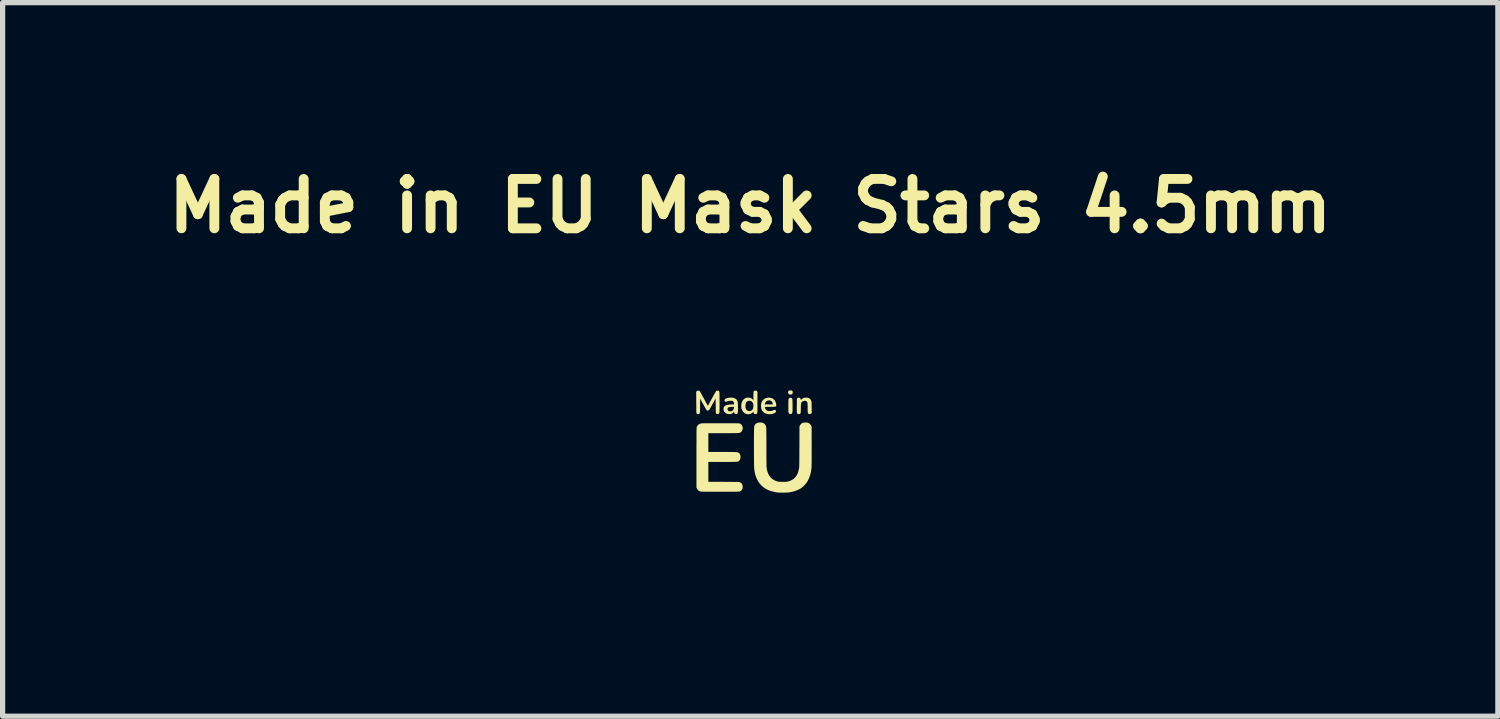
<source format=kicad_pcb>
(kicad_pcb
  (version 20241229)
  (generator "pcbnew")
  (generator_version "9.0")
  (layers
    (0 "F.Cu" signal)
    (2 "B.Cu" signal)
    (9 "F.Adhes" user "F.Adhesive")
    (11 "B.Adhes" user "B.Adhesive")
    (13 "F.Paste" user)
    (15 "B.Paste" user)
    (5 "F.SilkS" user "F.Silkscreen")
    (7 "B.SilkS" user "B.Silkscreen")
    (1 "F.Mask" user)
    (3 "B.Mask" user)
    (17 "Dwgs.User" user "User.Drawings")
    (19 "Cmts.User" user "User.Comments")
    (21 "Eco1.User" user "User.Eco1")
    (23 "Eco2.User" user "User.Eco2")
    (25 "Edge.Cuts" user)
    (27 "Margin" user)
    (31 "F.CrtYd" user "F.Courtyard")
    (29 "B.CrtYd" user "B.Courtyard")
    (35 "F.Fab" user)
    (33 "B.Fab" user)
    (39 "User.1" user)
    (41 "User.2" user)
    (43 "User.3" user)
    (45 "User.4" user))
  (footprint "Made in EU Mask Stars 4.5mm"
    (layer "F.Cu")
    (at 11.268 5.381)
    (property "Reference" "Made in EU Mask Stars 4.5mm" (at 0 -4.5 180) (layer "F.SilkS") (effects (font (size 0.942 0.942) (thickness 0.188))))
    (attr board_only exclude_from_pos_files exclude_from_bom)
    (fp_poly (pts (xy 1.654 -1.28) (xy 1.654 -1.279) (xy 1.655 -1.275) (xy 1.659 -1.265) (xy 1.663 -1.251) (xy 1.67 -1.232) (xy 1.677 -1.209) (xy 1.685 -1.184) (xy 1.694 -1.157) (xy 1.695 -1.154) (xy 1.734 -1.033) (xy 1.867 -1.032) (xy 2 -1.03) (xy 1.893 -0.953) (xy 1.869 -0.936) (xy 1.847 -0.92) (xy 1.828 -0.906) (xy 1.811 -0.894) (xy 1.798 -0.885) (xy 1.79 -0.878) (xy 1.786 -0.875) (xy 1.785 -0.874) (xy 1.786 -0.871) (xy 1.789 -0.862) (xy 1.794 -0.848) (xy 1.8 -0.829) (xy 1.807 -0.807) (xy 1.815 -0.782) (xy 1.823 -0.755) (xy 1.825 -0.75) (xy 1.834 -0.723) (xy 1.842 -0.698) (xy 1.849 -0.675) (xy 1.855 -0.656) (xy 1.86 -0.642) (xy 1.863 -0.632) (xy 1.864 -0.627) (xy 1.864 -0.627) (xy 1.861 -0.629) (xy 1.853 -0.634) (xy 1.841 -0.642) (xy 1.826 -0.653) (xy 1.807 -0.666) (xy 1.786 -0.682) (xy 1.763 -0.698) (xy 1.758 -0.703) (xy 1.652 -0.779) (xy 1.552 -0.706) (xy 1.524 -0.686) (xy 1.502 -0.669) (xy 1.483 -0.656) (xy 1.469 -0.646) (xy 1.458 -0.638) (xy 1.451 -0.633) (xy 1.445 -0.63) (xy 1.442 -0.628) (xy 1.441 -0.628) (xy 1.441 -0.63) (xy 1.442 -0.632) (xy 1.442 -0.632) (xy 1.452 -0.665) (xy 1.463 -0.697) (xy 1.473 -0.729) (xy 1.483 -0.759) (xy 1.492 -0.787) (xy 1.5 -0.813) (xy 1.506 -0.835) (xy 1.512 -0.853) (xy 1.515 -0.867) (xy 1.517 -0.875) (xy 1.518 -0.877) (xy 1.514 -0.88) (xy 1.506 -0.885) (xy 1.494 -0.894) (xy 1.478 -0.906) (xy 1.459 -0.919) (xy 1.438 -0.935) (xy 1.415 -0.951) (xy 1.41 -0.955) (xy 1.305 -1.03) (xy 1.438 -1.031) (xy 1.571 -1.032) (xy 1.599 -1.121) (xy 1.611 -1.158) (xy 1.621 -1.189) (xy 1.629 -1.214) (xy 1.636 -1.234) (xy 1.641 -1.25) (xy 1.645 -1.262) (xy 1.648 -1.271) (xy 1.651 -1.276) (xy 1.652 -1.279) (xy 1.653 -1.28)) (stroke (width 0) (type solid)) (fill yes) (layer "F.Mask"))
    (fp_poly (pts (xy 0.004 1.585) (xy 0.007 1.595) (xy 0.012 1.61) (xy 0.018 1.629) (xy 0.025 1.651) (xy 0.033 1.676) (xy 0.042 1.704) (xy 0.044 1.708) (xy 0.083 1.83) (xy 0.215 1.832) (xy 0.346 1.834) (xy 0.248 1.905) (xy 0.225 1.921) (xy 0.203 1.937) (xy 0.184 1.951) (xy 0.167 1.963) (xy 0.154 1.972) (xy 0.145 1.979) (xy 0.141 1.982) (xy 0.134 1.988) (xy 0.173 2.108) (xy 0.181 2.136) (xy 0.189 2.161) (xy 0.197 2.184) (xy 0.203 2.203) (xy 0.208 2.218) (xy 0.211 2.229) (xy 0.213 2.233) (xy 0.213 2.234) (xy 0.213 2.237) (xy 0.21 2.235) (xy 0.206 2.232) (xy 0.196 2.225) (xy 0.183 2.215) (xy 0.168 2.204) (xy 0.149 2.191) (xy 0.13 2.176) (xy 0.109 2.161) (xy 0.089 2.146) (xy 0.069 2.132) (xy 0.05 2.119) (xy 0.034 2.107) (xy 0.021 2.097) (xy 0.011 2.09) (xy 0.005 2.086) (xy 0.005 2.086) (xy 0.001 2.087) (xy -0.007 2.092) (xy -0.019 2.1) (xy -0.034 2.11) (xy -0.052 2.123) (xy -0.072 2.137) (xy -0.093 2.151) (xy -0.114 2.167) (xy -0.135 2.182) (xy -0.156 2.197) (xy -0.174 2.21) (xy -0.191 2.223) (xy -0.204 2.233) (xy -0.207 2.235) (xy -0.211 2.237) (xy -0.21 2.234) (xy -0.21 2.234) (xy -0.209 2.23) (xy -0.206 2.22) (xy -0.201 2.205) (xy -0.195 2.187) (xy -0.188 2.166) (xy -0.181 2.143) (xy -0.173 2.119) (xy -0.166 2.095) (xy -0.158 2.072) (xy -0.151 2.051) (xy -0.145 2.032) (xy -0.14 2.017) (xy -0.137 2.006) (xy -0.135 2.001) (xy -0.131 1.986) (xy -0.238 1.909) (xy -0.346 1.832) (xy -0.213 1.832) (xy -0.081 1.832) (xy -0.057 1.758) (xy -0.049 1.732) (xy -0.04 1.705) (xy -0.031 1.678) (xy -0.023 1.653) (xy -0.017 1.632) (xy -0.016 1.63) (xy -0.01 1.612) (xy -0.005 1.598) (xy -0.001 1.588) (xy 0.002 1.582) (xy 0.003 1.581)) (stroke (width 0) (type solid)) (fill yes) (layer "F.Mask"))
    (fp_poly (pts (xy -0.925 -1.896) (xy -0.916 -1.87) (xy -0.908 -1.844) (xy -0.9 -1.82) (xy -0.893 -1.797) (xy -0.887 -1.779) (xy -0.884 -1.769) (xy -0.87 -1.728) (xy -0.737 -1.727) (xy -0.605 -1.727) (xy -0.7 -1.658) (xy -0.723 -1.642) (xy -0.744 -1.626) (xy -0.764 -1.612) (xy -0.781 -1.6) (xy -0.794 -1.59) (xy -0.804 -1.583) (xy -0.808 -1.58) (xy -0.82 -1.571) (xy -0.78 -1.448) (xy -0.771 -1.421) (xy -0.763 -1.395) (xy -0.756 -1.373) (xy -0.75 -1.354) (xy -0.746 -1.339) (xy -0.743 -1.329) (xy -0.742 -1.324) (xy -0.742 -1.324) (xy -0.744 -1.325) (xy -0.752 -1.331) (xy -0.764 -1.339) (xy -0.779 -1.35) (xy -0.798 -1.363) (xy -0.819 -1.378) (xy -0.841 -1.395) (xy -0.844 -1.397) (xy -0.867 -1.414) (xy -0.889 -1.429) (xy -0.908 -1.443) (xy -0.924 -1.455) (xy -0.937 -1.464) (xy -0.946 -1.47) (xy -0.95 -1.473) (xy -0.95 -1.473) (xy -0.953 -1.471) (xy -0.962 -1.466) (xy -0.974 -1.458) (xy -0.99 -1.447) (xy -1.009 -1.433) (xy -1.03 -1.418) (xy -1.053 -1.402) (xy -1.058 -1.399) (xy -1.081 -1.382) (xy -1.102 -1.366) (xy -1.121 -1.352) (xy -1.138 -1.341) (xy -1.15 -1.332) (xy -1.159 -1.326) (xy -1.163 -1.323) (xy -1.163 -1.323) (xy -1.162 -1.326) (xy -1.16 -1.335) (xy -1.156 -1.349) (xy -1.15 -1.367) (xy -1.143 -1.388) (xy -1.136 -1.413) (xy -1.127 -1.44) (xy -1.125 -1.446) (xy -1.116 -1.473) (xy -1.108 -1.499) (xy -1.101 -1.521) (xy -1.095 -1.541) (xy -1.09 -1.556) (xy -1.087 -1.566) (xy -1.085 -1.571) (xy -1.085 -1.571) (xy -1.088 -1.573) (xy -1.095 -1.579) (xy -1.107 -1.588) (xy -1.123 -1.599) (xy -1.141 -1.612) (xy -1.162 -1.628) (xy -1.186 -1.644) (xy -1.193 -1.65) (xy -1.3 -1.727) (xy -1.167 -1.728) (xy -1.033 -1.728) (xy -1.002 -1.828) (xy -0.993 -1.854) (xy -0.985 -1.879) (xy -0.978 -1.903) (xy -0.971 -1.924) (xy -0.966 -1.94) (xy -0.962 -1.952) (xy -0.961 -1.954) (xy -0.952 -1.981)) (stroke (width 0) (type solid)) (fill yes) (layer "F.Mask"))
    (fp_poly (pts (xy -0.95 1.332) (xy -0.947 1.34) (xy -0.942 1.353) (xy -0.936 1.371) (xy -0.929 1.392) (xy -0.921 1.417) (xy -0.912 1.444) (xy -0.909 1.452) (xy -0.869 1.577) (xy -0.737 1.578) (xy -0.604 1.579) (xy -0.711 1.656) (xy -0.734 1.673) (xy -0.756 1.689) (xy -0.775 1.703) (xy -0.792 1.715) (xy -0.804 1.724) (xy -0.813 1.731) (xy -0.817 1.734) (xy -0.817 1.735) (xy -0.816 1.738) (xy -0.813 1.748) (xy -0.809 1.762) (xy -0.803 1.78) (xy -0.796 1.802) (xy -0.788 1.827) (xy -0.78 1.854) (xy -0.779 1.857) (xy -0.77 1.884) (xy -0.762 1.909) (xy -0.755 1.932) (xy -0.749 1.951) (xy -0.745 1.965) (xy -0.742 1.975) (xy -0.741 1.98) (xy -0.741 1.98) (xy -0.744 1.979) (xy -0.751 1.975) (xy -0.761 1.968) (xy -0.77 1.961) (xy -0.781 1.954) (xy -0.796 1.943) (xy -0.814 1.929) (xy -0.834 1.915) (xy -0.855 1.899) (xy -0.875 1.885) (xy -0.951 1.829) (xy -1.042 1.896) (xy -1.065 1.913) (xy -1.086 1.928) (xy -1.105 1.942) (xy -1.122 1.955) (xy -1.136 1.964) (xy -1.145 1.971) (xy -1.148 1.973) (xy -1.157 1.979) (xy -1.161 1.981) (xy -1.162 1.98) (xy -1.161 1.976) (xy -1.159 1.971) (xy -1.156 1.96) (xy -1.151 1.945) (xy -1.145 1.925) (xy -1.137 1.903) (xy -1.129 1.878) (xy -1.121 1.853) (xy -1.113 1.826) (xy -1.105 1.802) (xy -1.099 1.78) (xy -1.093 1.761) (xy -1.089 1.747) (xy -1.087 1.738) (xy -1.086 1.734) (xy -1.089 1.731) (xy -1.097 1.725) (xy -1.109 1.716) (xy -1.125 1.704) (xy -1.144 1.69) (xy -1.165 1.675) (xy -1.188 1.658) (xy -1.193 1.655) (xy -1.297 1.579) (xy -1.165 1.578) (xy -1.032 1.577) (xy -1.025 1.557) (xy -1.019 1.535) (xy -1.011 1.512) (xy -1.004 1.487) (xy -0.995 1.461) (xy -0.987 1.436) (xy -0.979 1.411) (xy -0.972 1.389) (xy -0.965 1.368) (xy -0.96 1.351) (xy -0.955 1.339) (xy -0.952 1.331) (xy -0.952 1.329)) (stroke (width 0) (type solid)) (fill yes) (layer "F.Mask"))
    (fp_poly (pts (xy 0.955 1.329) (xy 0.956 1.333) (xy 0.958 1.339) (xy 0.961 1.347) (xy 0.965 1.36) (xy 0.97 1.376) (xy 0.977 1.397) (xy 0.985 1.422) (xy 0.995 1.453) (xy 1.007 1.49) (xy 1.01 1.498) (xy 1.035 1.577) (xy 1.168 1.578) (xy 1.3 1.579) (xy 1.195 1.655) (xy 1.172 1.671) (xy 1.15 1.687) (xy 1.131 1.701) (xy 1.114 1.713) (xy 1.101 1.722) (xy 1.093 1.729) (xy 1.088 1.732) (xy 1.088 1.732) (xy 1.089 1.735) (xy 1.091 1.744) (xy 1.095 1.758) (xy 1.1 1.777) (xy 1.107 1.799) (xy 1.115 1.824) (xy 1.123 1.851) (xy 1.126 1.857) (xy 1.134 1.884) (xy 1.142 1.91) (xy 1.15 1.932) (xy 1.156 1.952) (xy 1.16 1.967) (xy 1.163 1.977) (xy 1.164 1.981) (xy 1.164 1.982) (xy 1.162 1.98) (xy 1.154 1.975) (xy 1.142 1.966) (xy 1.127 1.955) (xy 1.108 1.942) (xy 1.087 1.927) (xy 1.064 1.91) (xy 1.058 1.906) (xy 0.953 1.829) (xy 0.936 1.842) (xy 0.914 1.858) (xy 0.891 1.875) (xy 0.867 1.893) (xy 0.844 1.91) (xy 0.821 1.926) (xy 0.801 1.941) (xy 0.782 1.954) (xy 0.766 1.966) (xy 0.754 1.975) (xy 0.745 1.98) (xy 0.742 1.983) (xy 0.742 1.983) (xy 0.741 1.981) (xy 0.741 1.98) (xy 0.743 1.977) (xy 0.746 1.968) (xy 0.75 1.954) (xy 0.756 1.936) (xy 0.763 1.916) (xy 0.77 1.893) (xy 0.778 1.869) (xy 0.785 1.845) (xy 0.793 1.821) (xy 0.8 1.798) (xy 0.807 1.778) (xy 0.812 1.76) (xy 0.817 1.747) (xy 0.82 1.738) (xy 0.821 1.734) (xy 0.821 1.734) (xy 0.818 1.732) (xy 0.81 1.726) (xy 0.799 1.718) (xy 0.783 1.706) (xy 0.765 1.693) (xy 0.744 1.678) (xy 0.72 1.661) (xy 0.714 1.656) (xy 0.607 1.579) (xy 0.74 1.578) (xy 0.872 1.576) (xy 0.912 1.451) (xy 0.921 1.424) (xy 0.929 1.398) (xy 0.937 1.376) (xy 0.943 1.357) (xy 0.948 1.342) (xy 0.952 1.332) (xy 0.954 1.328) (xy 0.954 1.328)) (stroke (width 0) (type solid)) (fill yes) (layer "F.Mask"))
    (fp_poly (pts (xy 0.003 -2.232) (xy 0.006 -2.222) (xy 0.011 -2.208) (xy 0.017 -2.189) (xy 0.024 -2.167) (xy 0.032 -2.142) (xy 0.041 -2.115) (xy 0.043 -2.108) (xy 0.083 -1.984) (xy 0.215 -1.983) (xy 0.347 -1.981) (xy 0.24 -1.905) (xy 0.217 -1.888) (xy 0.195 -1.872) (xy 0.176 -1.858) (xy 0.16 -1.846) (xy 0.147 -1.837) (xy 0.138 -1.83) (xy 0.134 -1.827) (xy 0.134 -1.827) (xy 0.135 -1.824) (xy 0.138 -1.815) (xy 0.142 -1.801) (xy 0.148 -1.784) (xy 0.154 -1.763) (xy 0.161 -1.741) (xy 0.169 -1.717) (xy 0.177 -1.693) (xy 0.184 -1.669) (xy 0.192 -1.647) (xy 0.198 -1.626) (xy 0.204 -1.608) (xy 0.208 -1.595) (xy 0.211 -1.587) (xy 0.212 -1.584) (xy 0.213 -1.582) (xy 0.213 -1.58) (xy 0.212 -1.58) (xy 0.209 -1.581) (xy 0.204 -1.584) (xy 0.196 -1.59) (xy 0.185 -1.597) (xy 0.171 -1.608) (xy 0.152 -1.622) (xy 0.128 -1.639) (xy 0.114 -1.65) (xy 0.092 -1.666) (xy 0.071 -1.681) (xy 0.052 -1.695) (xy 0.036 -1.707) (xy 0.023 -1.716) (xy 0.014 -1.722) (xy 0.011 -1.724) (xy 0.001 -1.732) (xy -0.089 -1.666) (xy -0.112 -1.65) (xy -0.133 -1.634) (xy -0.152 -1.62) (xy -0.169 -1.607) (xy -0.183 -1.597) (xy -0.192 -1.591) (xy -0.196 -1.588) (xy -0.204 -1.582) (xy -0.209 -1.579) (xy -0.21 -1.58) (xy -0.209 -1.584) (xy -0.209 -1.584) (xy -0.208 -1.589) (xy -0.205 -1.599) (xy -0.2 -1.614) (xy -0.194 -1.633) (xy -0.187 -1.654) (xy -0.18 -1.677) (xy -0.172 -1.701) (xy -0.164 -1.725) (xy -0.157 -1.749) (xy -0.15 -1.771) (xy -0.143 -1.79) (xy -0.138 -1.806) (xy -0.135 -1.817) (xy -0.133 -1.823) (xy -0.132 -1.824) (xy -0.135 -1.827) (xy -0.142 -1.833) (xy -0.154 -1.842) (xy -0.169 -1.854) (xy -0.187 -1.868) (xy -0.208 -1.883) (xy -0.231 -1.9) (xy -0.238 -1.905) (xy -0.344 -1.981) (xy -0.212 -1.982) (xy -0.081 -1.983) (xy -0.057 -2.057) (xy -0.049 -2.083) (xy -0.04 -2.11) (xy -0.031 -2.137) (xy -0.023 -2.162) (xy -0.017 -2.183) (xy -0.016 -2.185) (xy -0.01 -2.203) (xy -0.005 -2.217) (xy -0.001 -2.228) (xy 0.001 -2.234) (xy 0.002 -2.235)) (stroke (width 0) (type solid)) (fill yes) (layer "F.Mask"))
    (fp_poly (pts (xy 1.653 0.631) (xy 1.656 0.639) (xy 1.661 0.653) (xy 1.667 0.67) (xy 1.674 0.692) (xy 1.682 0.717) (xy 1.691 0.744) (xy 1.693 0.751) (xy 1.733 0.876) (xy 1.867 0.878) (xy 2.001 0.879) (xy 1.896 0.955) (xy 1.872 0.971) (xy 1.851 0.987) (xy 1.831 1.001) (xy 1.814 1.013) (xy 1.801 1.022) (xy 1.792 1.029) (xy 1.788 1.032) (xy 1.788 1.032) (xy 1.788 1.036) (xy 1.79 1.045) (xy 1.794 1.06) (xy 1.8 1.079) (xy 1.807 1.103) (xy 1.815 1.13) (xy 1.825 1.159) (xy 1.834 1.187) (xy 1.842 1.212) (xy 1.849 1.235) (xy 1.855 1.254) (xy 1.86 1.269) (xy 1.863 1.28) (xy 1.865 1.285) (xy 1.865 1.285) (xy 1.862 1.283) (xy 1.854 1.278) (xy 1.842 1.269) (xy 1.827 1.258) (xy 1.808 1.245) (xy 1.788 1.229) (xy 1.765 1.213) (xy 1.759 1.208) (xy 1.732 1.189) (xy 1.71 1.173) (xy 1.693 1.16) (xy 1.679 1.15) (xy 1.668 1.143) (xy 1.66 1.139) (xy 1.655 1.136) (xy 1.651 1.135) (xy 1.648 1.135) (xy 1.647 1.136) (xy 1.642 1.138) (xy 1.633 1.145) (xy 1.62 1.154) (xy 1.604 1.166) (xy 1.584 1.18) (xy 1.563 1.196) (xy 1.541 1.212) (xy 1.519 1.228) (xy 1.498 1.243) (xy 1.48 1.256) (xy 1.464 1.267) (xy 1.452 1.275) (xy 1.445 1.281) (xy 1.442 1.282) (xy 1.443 1.279) (xy 1.445 1.27) (xy 1.449 1.256) (xy 1.455 1.238) (xy 1.462 1.216) (xy 1.47 1.191) (xy 1.479 1.164) (xy 1.48 1.159) (xy 1.489 1.132) (xy 1.497 1.106) (xy 1.504 1.084) (xy 1.51 1.065) (xy 1.515 1.05) (xy 1.518 1.039) (xy 1.519 1.035) (xy 1.519 1.035) (xy 1.516 1.032) (xy 1.508 1.026) (xy 1.497 1.018) (xy 1.484 1.008) (xy 1.478 1.004) (xy 1.463 0.994) (xy 1.445 0.98) (xy 1.424 0.965) (xy 1.401 0.949) (xy 1.379 0.933) (xy 1.372 0.927) (xy 1.305 0.879) (xy 1.438 0.878) (xy 1.572 0.876) (xy 1.611 0.753) (xy 1.62 0.725) (xy 1.628 0.7) (xy 1.635 0.677) (xy 1.642 0.658) (xy 1.647 0.643) (xy 1.65 0.633) (xy 1.652 0.628) (xy 1.652 0.628)) (stroke (width 0) (type solid)) (fill yes) (layer "F.Mask"))
    (fp_poly (pts (xy -1.648 0.63) (xy -1.647 0.634) (xy -1.644 0.644) (xy -1.639 0.659) (xy -1.633 0.678) (xy -1.626 0.7) (xy -1.617 0.725) (xy -1.609 0.752) (xy -1.608 0.755) (xy -1.569 0.876) (xy -1.435 0.878) (xy -1.301 0.879) (xy -1.409 0.956) (xy -1.432 0.973) (xy -1.454 0.989) (xy -1.473 1.003) (xy -1.49 1.014) (xy -1.503 1.024) (xy -1.512 1.03) (xy -1.516 1.033) (xy -1.517 1.033) (xy -1.516 1.037) (xy -1.513 1.046) (xy -1.509 1.06) (xy -1.503 1.078) (xy -1.496 1.1) (xy -1.489 1.124) (xy -1.48 1.152) (xy -1.477 1.159) (xy -1.469 1.187) (xy -1.46 1.212) (xy -1.453 1.235) (xy -1.447 1.254) (xy -1.442 1.269) (xy -1.439 1.28) (xy -1.438 1.284) (xy -1.438 1.285) (xy -1.441 1.283) (xy -1.448 1.278) (xy -1.46 1.269) (xy -1.475 1.258) (xy -1.494 1.244) (xy -1.515 1.229) (xy -1.537 1.213) (xy -1.541 1.21) (xy -1.564 1.193) (xy -1.585 1.177) (xy -1.604 1.163) (xy -1.621 1.152) (xy -1.634 1.142) (xy -1.643 1.136) (xy -1.647 1.133) (xy -1.647 1.133) (xy -1.65 1.135) (xy -1.659 1.14) (xy -1.671 1.148) (xy -1.687 1.159) (xy -1.706 1.172) (xy -1.728 1.188) (xy -1.751 1.204) (xy -1.757 1.209) (xy -1.78 1.226) (xy -1.801 1.241) (xy -1.821 1.255) (xy -1.837 1.267) (xy -1.85 1.276) (xy -1.858 1.282) (xy -1.862 1.285) (xy -1.862 1.285) (xy -1.861 1.282) (xy -1.858 1.273) (xy -1.854 1.259) (xy -1.848 1.24) (xy -1.841 1.218) (xy -1.833 1.194) (xy -1.824 1.167) (xy -1.822 1.16) (xy -1.814 1.133) (xy -1.805 1.107) (xy -1.798 1.085) (xy -1.792 1.065) (xy -1.788 1.05) (xy -1.785 1.04) (xy -1.784 1.035) (xy -1.784 1.034) (xy -1.787 1.032) (xy -1.795 1.026) (xy -1.807 1.017) (xy -1.823 1.006) (xy -1.841 0.992) (xy -1.863 0.976) (xy -1.886 0.96) (xy -1.892 0.956) (xy -1.998 0.879) (xy -1.864 0.878) (xy -1.73 0.876) (xy -1.704 0.794) (xy -1.696 0.768) (xy -1.688 0.742) (xy -1.68 0.717) (xy -1.672 0.695) (xy -1.666 0.676) (xy -1.664 0.668) (xy -1.659 0.653) (xy -1.654 0.641) (xy -1.651 0.632) (xy -1.649 0.629)) (stroke (width 0) (type solid)) (fill yes) (layer "F.Mask"))
    (fp_poly (pts (xy 0.959 -1.972) (xy 0.962 -1.962) (xy 0.967 -1.947) (xy 0.973 -1.928) (xy 0.98 -1.906) (xy 0.988 -1.881) (xy 0.997 -1.854) (xy 0.998 -1.851) (xy 1.037 -1.73) (xy 1.17 -1.728) (xy 1.304 -1.727) (xy 1.197 -1.65) (xy 1.174 -1.633) (xy 1.152 -1.617) (xy 1.132 -1.603) (xy 1.116 -1.591) (xy 1.103 -1.582) (xy 1.094 -1.576) (xy 1.09 -1.573) (xy 1.089 -1.572) (xy 1.09 -1.569) (xy 1.093 -1.56) (xy 1.097 -1.546) (xy 1.103 -1.528) (xy 1.11 -1.506) (xy 1.117 -1.482) (xy 1.126 -1.455) (xy 1.128 -1.448) (xy 1.137 -1.421) (xy 1.145 -1.395) (xy 1.152 -1.373) (xy 1.158 -1.354) (xy 1.163 -1.339) (xy 1.166 -1.328) (xy 1.167 -1.324) (xy 1.167 -1.323) (xy 1.164 -1.325) (xy 1.157 -1.33) (xy 1.145 -1.339) (xy 1.129 -1.35) (xy 1.111 -1.363) (xy 1.09 -1.378) (xy 1.067 -1.395) (xy 1.064 -1.397) (xy 1.041 -1.414) (xy 1.019 -1.43) (xy 1 -1.443) (xy 0.983 -1.455) (xy 0.97 -1.464) (xy 0.961 -1.47) (xy 0.957 -1.472) (xy 0.956 -1.472) (xy 0.953 -1.47) (xy 0.944 -1.465) (xy 0.932 -1.456) (xy 0.915 -1.445) (xy 0.896 -1.431) (xy 0.875 -1.416) (xy 0.852 -1.399) (xy 0.849 -1.398) (xy 0.826 -1.381) (xy 0.805 -1.365) (xy 0.786 -1.352) (xy 0.77 -1.34) (xy 0.758 -1.331) (xy 0.749 -1.325) (xy 0.746 -1.323) (xy 0.746 -1.323) (xy 0.745 -1.326) (xy 0.747 -1.332) (xy 0.752 -1.346) (xy 0.757 -1.364) (xy 0.764 -1.384) (xy 0.771 -1.407) (xy 0.779 -1.431) (xy 0.787 -1.456) (xy 0.795 -1.48) (xy 0.802 -1.503) (xy 0.808 -1.524) (xy 0.814 -1.543) (xy 0.819 -1.557) (xy 0.822 -1.567) (xy 0.823 -1.572) (xy 0.823 -1.572) (xy 0.82 -1.574) (xy 0.813 -1.58) (xy 0.801 -1.589) (xy 0.785 -1.6) (xy 0.766 -1.613) (xy 0.745 -1.629) (xy 0.722 -1.645) (xy 0.716 -1.65) (xy 0.609 -1.727) (xy 0.742 -1.728) (xy 0.876 -1.73) (xy 0.899 -1.804) (xy 0.907 -1.829) (xy 0.916 -1.856) (xy 0.924 -1.882) (xy 0.932 -1.907) (xy 0.939 -1.927) (xy 0.939 -1.929) (xy 0.945 -1.946) (xy 0.95 -1.96) (xy 0.954 -1.97) (xy 0.957 -1.976) (xy 0.958 -1.976)) (stroke (width 0) (type solid)) (fill yes) (layer "F.Mask"))
    (fp_poly (pts (xy -1.648 -1.275) (xy -1.645 -1.266) (xy -1.64 -1.252) (xy -1.634 -1.233) (xy -1.627 -1.211) (xy -1.619 -1.187) (xy -1.61 -1.159) (xy -1.608 -1.153) (xy -1.568 -1.03) (xy -1.436 -1.028) (xy -1.303 -1.027) (xy -1.41 -0.95) (xy -1.438 -0.93) (xy -1.46 -0.914) (xy -1.478 -0.901) (xy -1.491 -0.89) (xy -1.501 -0.882) (xy -1.508 -0.876) (xy -1.513 -0.872) (xy -1.515 -0.869) (xy -1.515 -0.867) (xy -1.515 -0.866) (xy -1.514 -0.861) (xy -1.51 -0.85) (xy -1.505 -0.835) (xy -1.499 -0.817) (xy -1.493 -0.795) (xy -1.485 -0.772) (xy -1.477 -0.748) (xy -1.47 -0.724) (xy -1.462 -0.701) (xy -1.455 -0.679) (xy -1.449 -0.66) (xy -1.444 -0.645) (xy -1.441 -0.634) (xy -1.439 -0.628) (xy -1.438 -0.627) (xy -1.439 -0.624) (xy -1.441 -0.625) (xy -1.444 -0.627) (xy -1.452 -0.633) (xy -1.464 -0.642) (xy -1.479 -0.653) (xy -1.497 -0.665) (xy -1.516 -0.679) (xy -1.537 -0.694) (xy -1.557 -0.709) (xy -1.577 -0.724) (xy -1.596 -0.737) (xy -1.613 -0.75) (xy -1.627 -0.76) (xy -1.638 -0.768) (xy -1.645 -0.773) (xy -1.646 -0.774) (xy -1.65 -0.773) (xy -1.658 -0.768) (xy -1.67 -0.759) (xy -1.687 -0.748) (xy -1.706 -0.735) (xy -1.728 -0.719) (xy -1.752 -0.702) (xy -1.755 -0.7) (xy -1.778 -0.683) (xy -1.8 -0.667) (xy -1.819 -0.653) (xy -1.835 -0.641) (xy -1.848 -0.632) (xy -1.857 -0.626) (xy -1.861 -0.623) (xy -1.862 -0.623) (xy -1.862 -0.626) (xy -1.861 -0.628) (xy -1.86 -0.632) (xy -1.856 -0.642) (xy -1.851 -0.657) (xy -1.845 -0.676) (xy -1.838 -0.698) (xy -1.83 -0.723) (xy -1.822 -0.75) (xy -1.813 -0.776) (xy -1.805 -0.801) (xy -1.798 -0.823) (xy -1.792 -0.842) (xy -1.787 -0.856) (xy -1.784 -0.865) (xy -1.783 -0.869) (xy -1.785 -0.872) (xy -1.793 -0.878) (xy -1.804 -0.887) (xy -1.819 -0.899) (xy -1.838 -0.912) (xy -1.859 -0.928) (xy -1.882 -0.945) (xy -1.889 -0.95) (xy -1.996 -1.027) (xy -1.864 -1.028) (xy -1.731 -1.03) (xy -1.715 -1.08) (xy -1.709 -1.099) (xy -1.701 -1.122) (xy -1.693 -1.148) (xy -1.684 -1.175) (xy -1.676 -1.201) (xy -1.675 -1.205) (xy -1.668 -1.226) (xy -1.662 -1.245) (xy -1.656 -1.26) (xy -1.652 -1.271) (xy -1.65 -1.277) (xy -1.649 -1.278)) (stroke (width 0) (type solid)) (fill yes) (layer "F.Mask"))
    (fp_poly (pts (xy -1.905 -0.323) (xy -1.902 -0.315) (xy -1.897 -0.301) (xy -1.891 -0.283) (xy -1.884 -0.262) (xy -1.875 -0.237) (xy -1.867 -0.211) (xy -1.864 -0.202) (xy -1.824 -0.077) (xy -1.692 -0.077) (xy -1.657 -0.077) (xy -1.626 -0.077) (xy -1.602 -0.076) (xy -1.583 -0.076) (xy -1.57 -0.075) (xy -1.563 -0.074) (xy -1.562 -0.074) (xy -1.565 -0.071) (xy -1.573 -0.065) (xy -1.586 -0.056) (xy -1.601 -0.044) (xy -1.62 -0.031) (xy -1.641 -0.015) (xy -1.665 0.001) (xy -1.668 0.004) (xy -1.691 0.021) (xy -1.713 0.036) (xy -1.732 0.05) (xy -1.748 0.062) (xy -1.76 0.072) (xy -1.768 0.078) (xy -1.772 0.081) (xy -1.772 0.081) (xy -1.771 0.085) (xy -1.768 0.095) (xy -1.764 0.109) (xy -1.758 0.128) (xy -1.751 0.15) (xy -1.743 0.175) (xy -1.734 0.202) (xy -1.733 0.205) (xy -1.724 0.232) (xy -1.716 0.257) (xy -1.709 0.279) (xy -1.704 0.298) (xy -1.699 0.313) (xy -1.696 0.323) (xy -1.696 0.327) (xy -1.696 0.327) (xy -1.698 0.325) (xy -1.706 0.32) (xy -1.718 0.312) (xy -1.734 0.301) (xy -1.752 0.287) (xy -1.773 0.272) (xy -1.796 0.256) (xy -1.8 0.253) (xy -1.826 0.234) (xy -1.849 0.218) (xy -1.869 0.204) (xy -1.885 0.192) (xy -1.898 0.184) (xy -1.905 0.18) (xy -1.908 0.179) (xy -1.912 0.181) (xy -1.92 0.187) (xy -1.933 0.196) (xy -1.949 0.208) (xy -1.968 0.221) (xy -1.989 0.236) (xy -2.011 0.252) (xy -2.037 0.272) (xy -2.059 0.288) (xy -2.077 0.3) (xy -2.09 0.31) (xy -2.1 0.317) (xy -2.107 0.322) (xy -2.112 0.325) (xy -2.115 0.327) (xy -2.116 0.327) (xy -2.117 0.327) (xy -2.117 0.327) (xy -2.116 0.323) (xy -2.113 0.314) (xy -2.109 0.3) (xy -2.103 0.281) (xy -2.096 0.259) (xy -2.088 0.235) (xy -2.079 0.208) (xy -2.078 0.205) (xy -2.07 0.178) (xy -2.062 0.153) (xy -2.054 0.131) (xy -2.048 0.112) (xy -2.044 0.097) (xy -2.041 0.087) (xy -2.04 0.082) (xy -2.04 0.082) (xy -2.042 0.079) (xy -2.05 0.073) (xy -2.062 0.064) (xy -2.077 0.052) (xy -2.096 0.038) (xy -2.117 0.023) (xy -2.14 0.006) (xy -2.144 0.003) (xy -2.167 -0.013) (xy -2.189 -0.029) (xy -2.208 -0.043) (xy -2.224 -0.055) (xy -2.237 -0.064) (xy -2.245 -0.071) (xy -2.249 -0.074) (xy -2.249 -0.074) (xy -2.247 -0.075) (xy -2.238 -0.075) (xy -2.223 -0.076) (xy -2.205 -0.076) (xy -2.182 -0.077) (xy -2.156 -0.077) (xy -2.127 -0.077) (xy -2.119 -0.077) (xy -1.986 -0.077) (xy -1.98 -0.098) (xy -1.973 -0.121) (xy -1.965 -0.145) (xy -1.957 -0.171) (xy -1.949 -0.197) (xy -1.94 -0.223) (xy -1.932 -0.248) (xy -1.925 -0.27) (xy -1.918 -0.29) (xy -1.913 -0.306) (xy -1.909 -0.318) (xy -1.907 -0.324) (xy -1.906 -0.325)) (stroke (width 0) (type solid)) (fill yes) (layer "F.Mask"))
    (fp_poly (pts (xy 1.907 -0.325) (xy 1.91 -0.317) (xy 1.915 -0.304) (xy 1.92 -0.288) (xy 1.926 -0.269) (xy 1.926 -0.269) (xy 1.934 -0.245) (xy 1.943 -0.217) (xy 1.952 -0.188) (xy 1.961 -0.161) (xy 1.966 -0.145) (xy 1.987 -0.08) (xy 2.119 -0.08) (xy 2.148 -0.08) (xy 2.175 -0.08) (xy 2.198 -0.08) (xy 2.219 -0.08) (xy 2.234 -0.079) (xy 2.245 -0.079) (xy 2.25 -0.078) (xy 2.251 -0.078) (xy 2.248 -0.075) (xy 2.24 -0.07) (xy 2.229 -0.061) (xy 2.213 -0.049) (xy 2.194 -0.036) (xy 2.173 -0.02) (xy 2.15 -0.004) (xy 2.145 -0.000049) (xy 2.122 0.017) (xy 2.1 0.033) (xy 2.081 0.047) (xy 2.065 0.059) (xy 2.052 0.069) (xy 2.044 0.076) (xy 2.04 0.079) (xy 2.04 0.079) (xy 2.041 0.083) (xy 2.044 0.093) (xy 2.048 0.108) (xy 2.054 0.126) (xy 2.061 0.149) (xy 2.069 0.174) (xy 2.077 0.2) (xy 2.078 0.203) (xy 2.087 0.23) (xy 2.095 0.255) (xy 2.102 0.277) (xy 2.108 0.296) (xy 2.112 0.31) (xy 2.115 0.32) (xy 2.115 0.324) (xy 2.115 0.324) (xy 2.113 0.322) (xy 2.105 0.317) (xy 2.093 0.309) (xy 2.077 0.298) (xy 2.059 0.285) (xy 2.038 0.27) (xy 2.015 0.253) (xy 2.013 0.251) (xy 1.99 0.234) (xy 1.968 0.219) (xy 1.949 0.205) (xy 1.933 0.193) (xy 1.92 0.184) (xy 1.912 0.178) (xy 1.908 0.175) (xy 1.908 0.175) (xy 1.904 0.177) (xy 1.896 0.182) (xy 1.883 0.19) (xy 1.868 0.201) (xy 1.849 0.214) (xy 1.828 0.229) (xy 1.808 0.244) (xy 1.78 0.264) (xy 1.757 0.281) (xy 1.739 0.294) (xy 1.725 0.305) (xy 1.714 0.313) (xy 1.706 0.318) (xy 1.7 0.322) (xy 1.697 0.323) (xy 1.695 0.324) (xy 1.695 0.324) (xy 1.695 0.323) (xy 1.696 0.32) (xy 1.699 0.31) (xy 1.703 0.296) (xy 1.709 0.278) (xy 1.716 0.256) (xy 1.724 0.231) (xy 1.732 0.204) (xy 1.733 0.201) (xy 1.742 0.174) (xy 1.75 0.149) (xy 1.757 0.127) (xy 1.763 0.108) (xy 1.768 0.093) (xy 1.771 0.083) (xy 1.772 0.079) (xy 1.772 0.079) (xy 1.769 0.076) (xy 1.762 0.07) (xy 1.75 0.061) (xy 1.734 0.049) (xy 1.716 0.036) (xy 1.695 0.02) (xy 1.671 0.004) (xy 1.666 0) (xy 1.643 -0.017) (xy 1.621 -0.032) (xy 1.602 -0.046) (xy 1.586 -0.058) (xy 1.573 -0.068) (xy 1.565 -0.074) (xy 1.561 -0.077) (xy 1.561 -0.078) (xy 1.564 -0.078) (xy 1.573 -0.078) (xy 1.588 -0.079) (xy 1.607 -0.079) (xy 1.63 -0.079) (xy 1.655 -0.078) (xy 1.684 -0.078) (xy 1.691 -0.078) (xy 1.724 -0.077) (xy 1.751 -0.077) (xy 1.772 -0.077) (xy 1.789 -0.077) (xy 1.802 -0.077) (xy 1.811 -0.077) (xy 1.817 -0.078) (xy 1.821 -0.079) (xy 1.823 -0.08) (xy 1.824 -0.082) (xy 1.824 -0.082) (xy 1.826 -0.087) (xy 1.83 -0.097) (xy 1.835 -0.112) (xy 1.841 -0.131) (xy 1.848 -0.154) (xy 1.856 -0.179) (xy 1.865 -0.206) (xy 1.866 -0.208) (xy 1.874 -0.235) (xy 1.882 -0.26) (xy 1.889 -0.282) (xy 1.896 -0.301) (xy 1.901 -0.315) (xy 1.904 -0.324) (xy 1.905 -0.328) (xy 1.906 -0.328)) (stroke (width 0) (type solid)) (fill yes) (layer "F.Mask"))
    (fp_poly (pts (xy 0.781 -0.98) (xy 0.796 -0.976) (xy 0.805 -0.967) (xy 0.81 -0.954) (xy 0.811 -0.942) (xy 0.808 -0.925) (xy 0.8 -0.912) (xy 0.79 -0.905) (xy 0.779 -0.902) (xy 0.764 -0.901) (xy 0.75 -0.903) (xy 0.741 -0.906) (xy 0.731 -0.914) (xy 0.724 -0.926) (xy 0.721 -0.94) (xy 0.722 -0.954) (xy 0.728 -0.966) (xy 0.732 -0.972) (xy 0.739 -0.976) (xy 0.748 -0.979) (xy 0.762 -0.981)) (stroke (width 0) (type solid)) (fill yes) (layer "F.SilkS"))
    (fp_poly (pts (xy 0.783 -0.838) (xy 0.795 -0.831) (xy 0.802 -0.818) (xy 0.804 -0.81) (xy 0.805 -0.803) (xy 0.805 -0.79) (xy 0.806 -0.773) (xy 0.806 -0.752) (xy 0.807 -0.728) (xy 0.807 -0.702) (xy 0.807 -0.676) (xy 0.807 -0.651) (xy 0.807 -0.627) (xy 0.807 -0.605) (xy 0.806 -0.587) (xy 0.806 -0.573) (xy 0.805 -0.565) (xy 0.8 -0.548) (xy 0.794 -0.539) (xy 0.787 -0.533) (xy 0.779 -0.53) (xy 0.768 -0.529) (xy 0.768 -0.529) (xy 0.753 -0.531) (xy 0.743 -0.536) (xy 0.742 -0.536) (xy 0.736 -0.544) (xy 0.731 -0.554) (xy 0.73 -0.555) (xy 0.729 -0.562) (xy 0.729 -0.575) (xy 0.728 -0.592) (xy 0.727 -0.613) (xy 0.727 -0.637) (xy 0.727 -0.662) (xy 0.727 -0.689) (xy 0.727 -0.715) (xy 0.727 -0.74) (xy 0.728 -0.764) (xy 0.728 -0.784) (xy 0.729 -0.8) (xy 0.73 -0.81) (xy 0.73 -0.815) (xy 0.737 -0.828) (xy 0.748 -0.837) (xy 0.763 -0.841) (xy 0.767 -0.841)) (stroke (width 0) (type solid)) (fill yes) (layer "F.SilkS"))
    (fp_poly (pts (xy 0.374 -0.842) (xy 0.401 -0.837) (xy 0.427 -0.826) (xy 0.449 -0.81) (xy 0.467 -0.79) (xy 0.477 -0.774) (xy 0.486 -0.753) (xy 0.492 -0.729) (xy 0.495 -0.705) (xy 0.496 -0.698) (xy 0.496 -0.69) (xy 0.495 -0.684) (xy 0.493 -0.679) (xy 0.49 -0.675) (xy 0.484 -0.672) (xy 0.475 -0.67) (xy 0.461 -0.669) (xy 0.444 -0.668) (xy 0.421 -0.668) (xy 0.393 -0.667) (xy 0.38 -0.667) (xy 0.35 -0.667) (xy 0.327 -0.667) (xy 0.309 -0.666) (xy 0.296 -0.666) (xy 0.287 -0.664) (xy 0.281 -0.662) (xy 0.279 -0.66) (xy 0.279 -0.656) (xy 0.28 -0.651) (xy 0.282 -0.644) (xy 0.283 -0.641) (xy 0.291 -0.623) (xy 0.301 -0.61) (xy 0.315 -0.6) (xy 0.319 -0.597) (xy 0.328 -0.593) (xy 0.335 -0.59) (xy 0.343 -0.589) (xy 0.353 -0.588) (xy 0.369 -0.588) (xy 0.373 -0.588) (xy 0.391 -0.588) (xy 0.403 -0.589) (xy 0.413 -0.591) (xy 0.423 -0.594) (xy 0.432 -0.598) (xy 0.449 -0.605) (xy 0.462 -0.608) (xy 0.471 -0.609) (xy 0.479 -0.606) (xy 0.484 -0.602) (xy 0.491 -0.591) (xy 0.492 -0.58) (xy 0.488 -0.57) (xy 0.48 -0.56) (xy 0.467 -0.55) (xy 0.45 -0.542) (xy 0.431 -0.536) (xy 0.41 -0.53) (xy 0.387 -0.527) (xy 0.364 -0.526) (xy 0.34 -0.528) (xy 0.323 -0.531) (xy 0.291 -0.541) (xy 0.264 -0.555) (xy 0.242 -0.575) (xy 0.225 -0.598) (xy 0.212 -0.626) (xy 0.206 -0.658) (xy 0.204 -0.685) (xy 0.206 -0.713) (xy 0.277 -0.713) (xy 0.353 -0.713) (xy 0.429 -0.713) (xy 0.429 -0.724) (xy 0.427 -0.734) (xy 0.424 -0.745) (xy 0.421 -0.753) (xy 0.409 -0.77) (xy 0.394 -0.782) (xy 0.374 -0.789) (xy 0.367 -0.79) (xy 0.343 -0.789) (xy 0.322 -0.782) (xy 0.304 -0.77) (xy 0.29 -0.752) (xy 0.281 -0.731) (xy 0.28 -0.724) (xy 0.277 -0.713) (xy 0.206 -0.713) (xy 0.207 -0.72) (xy 0.215 -0.751) (xy 0.228 -0.778) (xy 0.246 -0.8) (xy 0.27 -0.819) (xy 0.287 -0.828) (xy 0.316 -0.838) (xy 0.345 -0.843)) (stroke (width 0) (type solid)) (fill yes) (layer "F.SilkS"))
    (fp_poly (pts (xy 1.083 -0.842) (xy 1.095 -0.841) (xy 1.104 -0.839) (xy 1.113 -0.836) (xy 1.12 -0.833) (xy 1.136 -0.823) (xy 1.149 -0.81) (xy 1.159 -0.792) (xy 1.163 -0.783) (xy 1.165 -0.778) (xy 1.167 -0.772) (xy 1.168 -0.766) (xy 1.169 -0.758) (xy 1.17 -0.747) (xy 1.17 -0.733) (xy 1.171 -0.715) (xy 1.171 -0.692) (xy 1.172 -0.663) (xy 1.172 -0.657) (xy 1.173 -0.549) (xy 1.163 -0.539) (xy 1.15 -0.531) (xy 1.136 -0.528) (xy 1.12 -0.53) (xy 1.11 -0.535) (xy 1.106 -0.538) (xy 1.102 -0.543) (xy 1.1 -0.549) (xy 1.098 -0.558) (xy 1.097 -0.57) (xy 1.096 -0.587) (xy 1.095 -0.608) (xy 1.095 -0.636) (xy 1.095 -0.646) (xy 1.095 -0.674) (xy 1.095 -0.699) (xy 1.094 -0.719) (xy 1.093 -0.734) (xy 1.092 -0.744) (xy 1.092 -0.745) (xy 1.084 -0.761) (xy 1.072 -0.773) (xy 1.056 -0.781) (xy 1.051 -0.782) (xy 1.032 -0.782) (xy 1.013 -0.777) (xy 0.995 -0.769) (xy 0.988 -0.763) (xy 0.982 -0.757) (xy 0.977 -0.751) (xy 0.974 -0.744) (xy 0.971 -0.736) (xy 0.969 -0.726) (xy 0.967 -0.713) (xy 0.966 -0.696) (xy 0.965 -0.673) (xy 0.965 -0.646) (xy 0.965 -0.637) (xy 0.964 -0.61) (xy 0.964 -0.589) (xy 0.963 -0.573) (xy 0.962 -0.561) (xy 0.962 -0.553) (xy 0.96 -0.547) (xy 0.959 -0.543) (xy 0.957 -0.54) (xy 0.956 -0.539) (xy 0.945 -0.532) (xy 0.93 -0.529) (xy 0.915 -0.529) (xy 0.909 -0.531) (xy 0.903 -0.533) (xy 0.899 -0.536) (xy 0.895 -0.54) (xy 0.893 -0.547) (xy 0.891 -0.556) (xy 0.889 -0.569) (xy 0.888 -0.585) (xy 0.888 -0.606) (xy 0.888 -0.633) (xy 0.888 -0.665) (xy 0.888 -0.691) (xy 0.889 -0.724) (xy 0.889 -0.751) (xy 0.889 -0.773) (xy 0.89 -0.79) (xy 0.89 -0.804) (xy 0.891 -0.813) (xy 0.891 -0.82) (xy 0.892 -0.825) (xy 0.894 -0.828) (xy 0.895 -0.83) (xy 0.896 -0.83) (xy 0.906 -0.838) (xy 0.921 -0.842) (xy 0.934 -0.842) (xy 0.947 -0.836) (xy 0.957 -0.826) (xy 0.962 -0.811) (xy 0.963 -0.81) (xy 0.965 -0.794) (xy 0.978 -0.809) (xy 0.99 -0.819) (xy 1.006 -0.829) (xy 1.012 -0.833) (xy 1.023 -0.837) (xy 1.032 -0.84) (xy 1.043 -0.842) (xy 1.056 -0.842) (xy 1.067 -0.842)) (stroke (width 0) (type solid)) (fill yes) (layer "F.SilkS"))
    (fp_poly (pts (xy 0.111 -0.975) (xy 0.124 -0.969) (xy 0.128 -0.965) (xy 0.137 -0.954) (xy 0.137 -0.755) (xy 0.137 -0.712) (xy 0.137 -0.675) (xy 0.137 -0.644) (xy 0.137 -0.618) (xy 0.137 -0.597) (xy 0.136 -0.58) (xy 0.135 -0.566) (xy 0.134 -0.556) (xy 0.133 -0.548) (xy 0.131 -0.543) (xy 0.129 -0.539) (xy 0.126 -0.536) (xy 0.123 -0.534) (xy 0.12 -0.532) (xy 0.11 -0.53) (xy 0.098 -0.529) (xy 0.085 -0.53) (xy 0.077 -0.533) (xy 0.07 -0.539) (xy 0.064 -0.55) (xy 0.061 -0.563) (xy 0.06 -0.568) (xy 0.06 -0.578) (xy 0.05 -0.565) (xy 0.032 -0.548) (xy 0.01 -0.536) (xy -0.015 -0.528) (xy -0.041 -0.526) (xy -0.068 -0.529) (xy -0.074 -0.53) (xy -0.1 -0.541) (xy -0.122 -0.557) (xy -0.141 -0.578) (xy -0.156 -0.603) (xy -0.167 -0.632) (xy -0.167 -0.635) (xy -0.17 -0.649) (xy -0.171 -0.668) (xy -0.171 -0.685) (xy -0.092 -0.685) (xy -0.092 -0.667) (xy -0.091 -0.655) (xy -0.089 -0.645) (xy -0.087 -0.636) (xy -0.084 -0.631) (xy -0.073 -0.611) (xy -0.058 -0.598) (xy -0.04 -0.589) (xy -0.019 -0.586) (xy -0.017 -0.586) (xy -0.001 -0.588) (xy 0.013 -0.592) (xy 0.015 -0.592) (xy 0.033 -0.604) (xy 0.046 -0.621) (xy 0.055 -0.643) (xy 0.059 -0.67) (xy 0.06 -0.675) (xy 0.059 -0.705) (xy 0.054 -0.731) (xy 0.044 -0.752) (xy 0.03 -0.768) (xy 0.017 -0.776) (xy -0.002 -0.782) (xy -0.022 -0.783) (xy -0.041 -0.78) (xy -0.059 -0.772) (xy -0.069 -0.763) (xy -0.079 -0.75) (xy -0.086 -0.734) (xy -0.09 -0.715) (xy -0.092 -0.691) (xy -0.092 -0.685) (xy -0.171 -0.685) (xy -0.171 -0.688) (xy -0.171 -0.708) (xy -0.169 -0.726) (xy -0.167 -0.735) (xy -0.157 -0.765) (xy -0.142 -0.791) (xy -0.123 -0.813) (xy -0.1 -0.829) (xy -0.093 -0.833) (xy -0.082 -0.837) (xy -0.073 -0.84) (xy -0.063 -0.842) (xy -0.049 -0.842) (xy -0.039 -0.842) (xy -0.022 -0.842) (xy -0.011 -0.841) (xy -0.002 -0.839) (xy 0.007 -0.836) (xy 0.015 -0.832) (xy 0.028 -0.824) (xy 0.04 -0.814) (xy 0.047 -0.808) (xy 0.06 -0.793) (xy 0.06 -0.872) (xy 0.06 -0.902) (xy 0.061 -0.926) (xy 0.062 -0.944) (xy 0.063 -0.955) (xy 0.064 -0.959) (xy 0.072 -0.969) (xy 0.084 -0.975) (xy 0.097 -0.977)) (stroke (width 0) (type solid)) (fill yes) (layer "F.SilkS"))
    (fp_poly (pts (xy -0.353 -0.843) (xy -0.322 -0.839) (xy -0.296 -0.83) (xy -0.274 -0.817) (xy -0.257 -0.799) (xy -0.245 -0.777) (xy -0.244 -0.775) (xy -0.242 -0.769) (xy -0.24 -0.762) (xy -0.239 -0.755) (xy -0.238 -0.746) (xy -0.237 -0.734) (xy -0.236 -0.718) (xy -0.236 -0.697) (xy -0.235 -0.671) (xy -0.235 -0.669) (xy -0.235 -0.635) (xy -0.235 -0.608) (xy -0.235 -0.586) (xy -0.236 -0.568) (xy -0.238 -0.555) (xy -0.241 -0.546) (xy -0.244 -0.539) (xy -0.249 -0.534) (xy -0.255 -0.531) (xy -0.261 -0.53) (xy -0.278 -0.529) (xy -0.291 -0.533) (xy -0.301 -0.544) (xy -0.307 -0.559) (xy -0.308 -0.564) (xy -0.31 -0.578) (xy -0.317 -0.565) (xy -0.33 -0.55) (xy -0.348 -0.538) (xy -0.37 -0.53) (xy -0.394 -0.527) (xy -0.421 -0.529) (xy -0.426 -0.529) (xy -0.446 -0.535) (xy -0.465 -0.545) (xy -0.483 -0.56) (xy -0.485 -0.561) (xy -0.495 -0.573) (xy -0.502 -0.583) (xy -0.507 -0.596) (xy -0.508 -0.597) (xy -0.511 -0.621) (xy -0.511 -0.626) (xy -0.435 -0.626) (xy -0.433 -0.613) (xy -0.431 -0.608) (xy -0.42 -0.593) (xy -0.405 -0.584) (xy -0.387 -0.58) (xy -0.367 -0.582) (xy -0.361 -0.583) (xy -0.343 -0.591) (xy -0.329 -0.605) (xy -0.318 -0.622) (xy -0.312 -0.642) (xy -0.311 -0.65) (xy -0.31 -0.668) (xy -0.348 -0.667) (xy -0.377 -0.665) (xy -0.399 -0.662) (xy -0.416 -0.657) (xy -0.426 -0.651) (xy -0.427 -0.65) (xy -0.432 -0.64) (xy -0.435 -0.626) (xy -0.511 -0.626) (xy -0.509 -0.645) (xy -0.503 -0.663) (xy -0.496 -0.674) (xy -0.488 -0.682) (xy -0.477 -0.689) (xy -0.465 -0.695) (xy -0.452 -0.7) (xy -0.436 -0.704) (xy -0.418 -0.707) (xy -0.395 -0.71) (xy -0.368 -0.712) (xy -0.356 -0.712) (xy -0.308 -0.714) (xy -0.31 -0.733) (xy -0.314 -0.752) (xy -0.32 -0.765) (xy -0.329 -0.775) (xy -0.333 -0.777) (xy -0.343 -0.781) (xy -0.359 -0.783) (xy -0.377 -0.783) (xy -0.397 -0.782) (xy -0.417 -0.778) (xy -0.435 -0.773) (xy -0.437 -0.772) (xy -0.454 -0.767) (xy -0.466 -0.764) (xy -0.475 -0.765) (xy -0.482 -0.769) (xy -0.486 -0.773) (xy -0.491 -0.785) (xy -0.491 -0.798) (xy -0.486 -0.81) (xy -0.48 -0.816) (xy -0.468 -0.823) (xy -0.45 -0.83) (xy -0.429 -0.836) (xy -0.406 -0.84) (xy -0.382 -0.843) (xy -0.36 -0.843)) (stroke (width 0) (type solid)) (fill yes) (layer "F.SilkS"))
    (fp_poly (pts (xy -0.61 -0.975) (xy -0.599 -0.969) (xy -0.592 -0.959) (xy -0.59 -0.952) (xy -0.589 -0.946) (xy -0.588 -0.935) (xy -0.588 -0.918) (xy -0.587 -0.897) (xy -0.587 -0.872) (xy -0.587 -0.845) (xy -0.587 -0.815) (xy -0.586 -0.784) (xy -0.586 -0.752) (xy -0.586 -0.72) (xy -0.586 -0.689) (xy -0.586 -0.66) (xy -0.586 -0.632) (xy -0.587 -0.608) (xy -0.587 -0.588) (xy -0.587 -0.573) (xy -0.588 -0.562) (xy -0.588 -0.559) (xy -0.594 -0.544) (xy -0.603 -0.534) (xy -0.617 -0.529) (xy -0.633 -0.529) (xy -0.636 -0.53) (xy -0.641 -0.531) (xy -0.645 -0.533) (xy -0.649 -0.536) (xy -0.652 -0.54) (xy -0.654 -0.546) (xy -0.656 -0.555) (xy -0.657 -0.568) (xy -0.658 -0.584) (xy -0.659 -0.605) (xy -0.659 -0.63) (xy -0.659 -0.662) (xy -0.66 -0.689) (xy -0.661 -0.827) (xy -0.71 -0.738) (xy -0.728 -0.706) (xy -0.742 -0.679) (xy -0.754 -0.657) (xy -0.764 -0.64) (xy -0.772 -0.626) (xy -0.778 -0.616) (xy -0.783 -0.609) (xy -0.787 -0.604) (xy -0.79 -0.601) (xy -0.793 -0.599) (xy -0.796 -0.597) (xy -0.798 -0.597) (xy -0.814 -0.595) (xy -0.827 -0.599) (xy -0.833 -0.604) (xy -0.837 -0.609) (xy -0.842 -0.618) (xy -0.851 -0.632) (xy -0.861 -0.65) (xy -0.873 -0.671) (xy -0.886 -0.694) (xy -0.898 -0.717) (xy -0.956 -0.822) (xy -0.958 -0.687) (xy -0.958 -0.651) (xy -0.959 -0.621) (xy -0.959 -0.597) (xy -0.96 -0.577) (xy -0.961 -0.562) (xy -0.963 -0.551) (xy -0.965 -0.543) (xy -0.968 -0.537) (xy -0.972 -0.533) (xy -0.977 -0.531) (xy -0.983 -0.529) (xy -0.991 -0.528) (xy -0.991 -0.528) (xy -0.998 -0.528) (xy -1.007 -0.529) (xy -1.016 -0.534) (xy -1.024 -0.54) (xy -1.025 -0.541) (xy -1.026 -0.544) (xy -1.027 -0.547) (xy -1.028 -0.552) (xy -1.028 -0.559) (xy -1.029 -0.569) (xy -1.029 -0.581) (xy -1.03 -0.598) (xy -1.03 -0.619) (xy -1.03 -0.644) (xy -1.03 -0.674) (xy -1.031 -0.711) (xy -1.031 -0.75) (xy -1.032 -0.954) (xy -1.022 -0.965) (xy -1.015 -0.972) (xy -1.009 -0.975) (xy -1 -0.976) (xy -0.993 -0.976) (xy -0.982 -0.976) (xy -0.974 -0.974) (xy -0.968 -0.969) (xy -0.965 -0.966) (xy -0.961 -0.961) (xy -0.955 -0.951) (xy -0.946 -0.936) (xy -0.936 -0.917) (xy -0.923 -0.895) (xy -0.909 -0.87) (xy -0.895 -0.843) (xy -0.883 -0.821) (xy -0.868 -0.794) (xy -0.854 -0.768) (xy -0.841 -0.745) (xy -0.83 -0.725) (xy -0.821 -0.709) (xy -0.814 -0.697) (xy -0.809 -0.69) (xy -0.808 -0.688) (xy -0.806 -0.692) (xy -0.801 -0.7) (xy -0.793 -0.714) (xy -0.784 -0.731) (xy -0.773 -0.752) (xy -0.76 -0.775) (xy -0.746 -0.801) (xy -0.735 -0.822) (xy -0.72 -0.849) (xy -0.705 -0.876) (xy -0.692 -0.9) (xy -0.68 -0.921) (xy -0.67 -0.939) (xy -0.661 -0.953) (xy -0.656 -0.962) (xy -0.654 -0.965) (xy -0.647 -0.971) (xy -0.642 -0.975) (xy -0.633 -0.976) (xy -0.625 -0.976)) (stroke (width 0) (type solid)) (fill yes) (layer "F.SilkS"))
    (fp_poly (pts (xy 0.217 -0.366) (xy 0.23 -0.364) (xy 0.241 -0.361) (xy 0.249 -0.357) (xy 0.27 -0.344) (xy 0.285 -0.327) (xy 0.297 -0.305) (xy 0.304 -0.279) (xy 0.305 -0.271) (xy 0.305 -0.264) (xy 0.306 -0.25) (xy 0.306 -0.231) (xy 0.306 -0.207) (xy 0.307 -0.177) (xy 0.307 -0.143) (xy 0.307 -0.105) (xy 0.308 -0.062) (xy 0.308 -0.017) (xy 0.308 0.032) (xy 0.308 0.083) (xy 0.308 0.109) (xy 0.308 0.178) (xy 0.308 0.24) (xy 0.308 0.295) (xy 0.309 0.344) (xy 0.309 0.386) (xy 0.31 0.421) (xy 0.31 0.449) (xy 0.311 0.471) (xy 0.311 0.486) (xy 0.312 0.494) (xy 0.32 0.543) (xy 0.334 0.588) (xy 0.351 0.627) (xy 0.373 0.662) (xy 0.4 0.692) (xy 0.431 0.717) (xy 0.466 0.737) (xy 0.479 0.743) (xy 0.498 0.75) (xy 0.515 0.756) (xy 0.532 0.76) (xy 0.55 0.763) (xy 0.57 0.764) (xy 0.594 0.765) (xy 0.623 0.765) (xy 0.655 0.765) (xy 0.682 0.764) (xy 0.705 0.761) (xy 0.725 0.757) (xy 0.744 0.751) (xy 0.764 0.744) (xy 0.782 0.735) (xy 0.813 0.718) (xy 0.84 0.698) (xy 0.862 0.674) (xy 0.867 0.667) (xy 0.887 0.639) (xy 0.902 0.607) (xy 0.915 0.573) (xy 0.925 0.533) (xy 0.928 0.517) (xy 0.93 0.51) (xy 0.931 0.504) (xy 0.931 0.498) (xy 0.932 0.491) (xy 0.933 0.483) (xy 0.934 0.474) (xy 0.934 0.462) (xy 0.935 0.448) (xy 0.935 0.432) (xy 0.935 0.413) (xy 0.936 0.39) (xy 0.936 0.363) (xy 0.936 0.332) (xy 0.937 0.297) (xy 0.937 0.256) (xy 0.937 0.21) (xy 0.937 0.158) (xy 0.938 0.1) (xy 0.938 0.092) (xy 0.939 -0.293) (xy 0.947 -0.311) (xy 0.96 -0.33) (xy 0.977 -0.347) (xy 0.998 -0.36) (xy 1.006 -0.363) (xy 1.014 -0.365) (xy 1.025 -0.366) (xy 1.039 -0.367) (xy 1.053 -0.367) (xy 1.071 -0.367) (xy 1.085 -0.366) (xy 1.094 -0.365) (xy 1.102 -0.362) (xy 1.11 -0.359) (xy 1.131 -0.346) (xy 1.148 -0.33) (xy 1.161 -0.31) (xy 1.163 -0.305) (xy 1.171 -0.286) (xy 1.172 0.079) (xy 1.172 0.148) (xy 1.172 0.211) (xy 1.172 0.267) (xy 1.172 0.317) (xy 1.172 0.36) (xy 1.171 0.398) (xy 1.171 0.429) (xy 1.17 0.454) (xy 1.17 0.474) (xy 1.169 0.488) (xy 1.169 0.491) (xy 1.161 0.557) (xy 1.148 0.618) (xy 1.129 0.676) (xy 1.106 0.729) (xy 1.079 0.775) (xy 1.066 0.793) (xy 1.05 0.812) (xy 1.031 0.833) (xy 1.011 0.852) (xy 0.993 0.868) (xy 0.985 0.875) (xy 0.95 0.898) (xy 0.909 0.918) (xy 0.864 0.936) (xy 0.815 0.95) (xy 0.764 0.962) (xy 0.719 0.968) (xy 0.704 0.969) (xy 0.683 0.97) (xy 0.659 0.97) (xy 0.633 0.971) (xy 0.606 0.971) (xy 0.58 0.97) (xy 0.557 0.97) (xy 0.538 0.969) (xy 0.524 0.968) (xy 0.461 0.957) (xy 0.402 0.943) (xy 0.349 0.924) (xy 0.3 0.9) (xy 0.256 0.871) (xy 0.217 0.838) (xy 0.182 0.801) (xy 0.152 0.758) (xy 0.127 0.711) (xy 0.106 0.659) (xy 0.104 0.654) (xy 0.096 0.627) (xy 0.089 0.602) (xy 0.084 0.574) (xy 0.079 0.544) (xy 0.075 0.517) (xy 0.074 0.507) (xy 0.074 0.491) (xy 0.073 0.47) (xy 0.072 0.444) (xy 0.072 0.413) (xy 0.071 0.379) (xy 0.071 0.341) (xy 0.071 0.301) (xy 0.07 0.258) (xy 0.07 0.214) (xy 0.07 0.169) (xy 0.07 0.123) (xy 0.07 0.077) (xy 0.07 0.031) (xy 0.07 -0.013) (xy 0.07 -0.057) (xy 0.071 -0.098) (xy 0.071 -0.137) (xy 0.071 -0.172) (xy 0.072 -0.205) (xy 0.072 -0.233) (xy 0.073 -0.256) (xy 0.074 -0.275) (xy 0.074 -0.288) (xy 0.075 -0.294) (xy 0.075 -0.294) (xy 0.085 -0.318) (xy 0.099 -0.338) (xy 0.118 -0.352) (xy 0.141 -0.362) (xy 0.169 -0.367) (xy 0.199 -0.368)) (stroke (width 0) (type solid)) (fill yes) (layer "F.SilkS"))
    (fp_poly (pts (xy -0.621 -0.354) (xy -0.559 -0.354) (xy -0.503 -0.354) (xy -0.454 -0.354) (xy -0.41 -0.354) (xy -0.371 -0.354) (xy -0.338 -0.354) (xy -0.31 -0.353) (xy -0.286 -0.353) (xy -0.265 -0.353) (xy -0.249 -0.353) (xy -0.235 -0.352) (xy -0.225 -0.352) (xy -0.216 -0.351) (xy -0.21 -0.351) (xy -0.205 -0.35) (xy -0.201 -0.349) (xy -0.198 -0.348) (xy -0.196 -0.347) (xy -0.194 -0.346) (xy -0.176 -0.334) (xy -0.161 -0.318) (xy -0.151 -0.298) (xy -0.145 -0.276) (xy -0.144 -0.253) (xy -0.149 -0.23) (xy -0.158 -0.208) (xy -0.164 -0.198) (xy -0.177 -0.185) (xy -0.193 -0.175) (xy -0.215 -0.169) (xy -0.221 -0.168) (xy -0.229 -0.167) (xy -0.243 -0.166) (xy -0.264 -0.166) (xy -0.29 -0.165) (xy -0.322 -0.165) (xy -0.359 -0.165) (xy -0.402 -0.164) (xy -0.45 -0.164) (xy -0.503 -0.164) (xy -0.522 -0.164) (xy -0.8 -0.164) (xy -0.8 0.015) (xy -0.8 0.194) (xy -0.537 0.194) (xy -0.486 0.194) (xy -0.441 0.194) (xy -0.402 0.195) (xy -0.368 0.195) (xy -0.339 0.195) (xy -0.315 0.195) (xy -0.295 0.196) (xy -0.278 0.197) (xy -0.265 0.198) (xy -0.254 0.199) (xy -0.245 0.201) (xy -0.238 0.202) (xy -0.232 0.204) (xy -0.227 0.207) (xy -0.223 0.209) (xy -0.22 0.211) (xy -0.205 0.225) (xy -0.194 0.244) (xy -0.188 0.266) (xy -0.186 0.29) (xy -0.188 0.312) (xy -0.191 0.329) (xy -0.196 0.342) (xy -0.203 0.352) (xy -0.212 0.361) (xy -0.216 0.365) (xy -0.219 0.368) (xy -0.223 0.371) (xy -0.227 0.374) (xy -0.233 0.376) (xy -0.239 0.378) (xy -0.248 0.379) (xy -0.259 0.381) (xy -0.272 0.382) (xy -0.289 0.382) (xy -0.309 0.383) (xy -0.334 0.383) (xy -0.363 0.384) (xy -0.397 0.384) (xy -0.436 0.384) (xy -0.481 0.384) (xy -0.527 0.384) (xy -0.8 0.385) (xy -0.8 0.574) (xy -0.8 0.763) (xy -0.508 0.764) (xy -0.454 0.765) (xy -0.406 0.765) (xy -0.364 0.765) (xy -0.328 0.766) (xy -0.297 0.766) (xy -0.271 0.766) (xy -0.25 0.767) (xy -0.233 0.767) (xy -0.221 0.768) (xy -0.212 0.769) (xy -0.206 0.769) (xy -0.204 0.77) (xy -0.185 0.779) (xy -0.168 0.793) (xy -0.156 0.809) (xy -0.154 0.812) (xy -0.15 0.822) (xy -0.147 0.831) (xy -0.146 0.843) (xy -0.146 0.857) (xy -0.146 0.872) (xy -0.148 0.887) (xy -0.15 0.897) (xy -0.15 0.899) (xy -0.159 0.914) (xy -0.171 0.929) (xy -0.186 0.942) (xy -0.194 0.946) (xy -0.197 0.947) (xy -0.199 0.948) (xy -0.203 0.949) (xy -0.207 0.95) (xy -0.212 0.95) (xy -0.219 0.951) (xy -0.229 0.951) (xy -0.24 0.952) (xy -0.255 0.952) (xy -0.273 0.952) (xy -0.294 0.953) (xy -0.32 0.953) (xy -0.35 0.953) (xy -0.385 0.953) (xy -0.425 0.953) (xy -0.471 0.953) (xy -0.523 0.953) (xy -0.566 0.953) (xy -0.615 0.953) (xy -0.663 0.953) (xy -0.708 0.953) (xy -0.75 0.953) (xy -0.789 0.953) (xy -0.825 0.953) (xy -0.857 0.953) (xy -0.884 0.952) (xy -0.906 0.952) (xy -0.923 0.952) (xy -0.933 0.951) (xy -0.938 0.951) (xy -0.964 0.944) (xy -0.985 0.933) (xy -1.001 0.918) (xy -1.014 0.898) (xy -1.016 0.895) (xy -1.027 0.873) (xy -1.027 0.302) (xy -1.027 0.229) (xy -1.027 0.163) (xy -1.027 0.103) (xy -1.027 0.049) (xy -1.026 -0.000242) (xy -1.026 -0.044) (xy -1.026 -0.083) (xy -1.026 -0.117) (xy -1.026 -0.147) (xy -1.026 -0.173) (xy -1.026 -0.195) (xy -1.025 -0.214) (xy -1.025 -0.23) (xy -1.025 -0.243) (xy -1.024 -0.254) (xy -1.024 -0.262) (xy -1.024 -0.269) (xy -1.023 -0.274) (xy -1.022 -0.278) (xy -1.022 -0.282) (xy -1.021 -0.284) (xy -1.02 -0.286) (xy -1.008 -0.308) (xy -0.991 -0.326) (xy -0.97 -0.34) (xy -0.944 -0.349) (xy -0.932 -0.352) (xy -0.924 -0.352) (xy -0.91 -0.353) (xy -0.888 -0.353) (xy -0.86 -0.354) (xy -0.826 -0.354) (xy -0.785 -0.354) (xy -0.737 -0.354) (xy -0.682 -0.354)) (stroke (width 0) (type solid)) (fill yes) (layer "F.SilkS")))
  (gr_rect
    (start -3 -3)
    (end 25.535 10.618)
    (stroke (width 0.1) (type default))
    (fill no)
    (layer "Edge.Cuts")))
</source>
